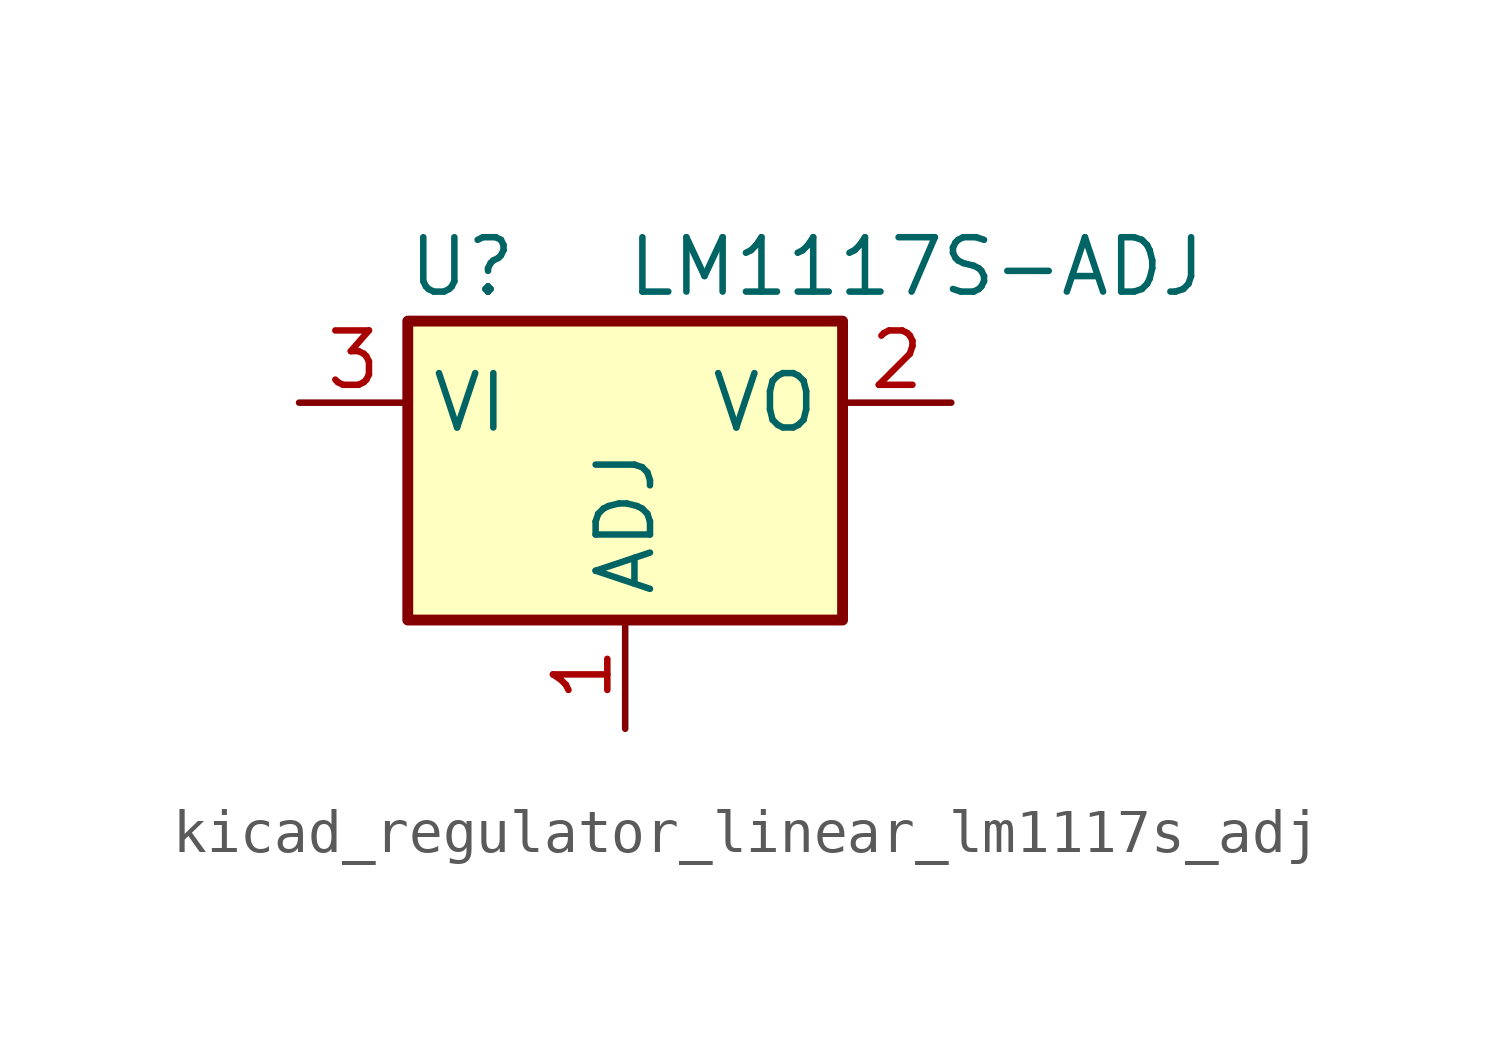
<source format=kicad_sym>
(kicad_symbol_lib
  (version 20220914)
  (generator kicad_symbol_editor)
  (symbol "kicad_regulator_linear_lm1117s_adj"
    (property "Reference" "U"
      (at -3.81 3.175 0)
      (effects (font (size 1.27 1.27))))
    (property "Value" "LM1117S-ADJ"
      (at 0 3.175 0)
      (effects (font (size 1.27 1.27)) (justify left)))
    (symbol "kicad_regulator_linear_lm1117s_adj_0_1"
      (rectangle (start -5.08 -5.08) (end 5.08 1.905) (stroke (width 0.254) (type default)) (fill (type background))))
    (symbol "kicad_regulator_linear_lm1117s_adj_1_1"
      (pin input line (at 0 -7.62 90) (length 2.54) (name "ADJ" (effects (font (size 1.27 1.27)))) (number "1" (effects (font (size 1.27 1.27)))))
      (pin power_out line (at 7.62 0 180) (length 2.54) (name "VO" (effects (font (size 1.27 1.27)))) (number "2" (effects (font (size 1.27 1.27)))))
      (pin power_in line (at -7.62 0 0) (length 2.54) (name "VI" (effects (font (size 1.27 1.27)))) (number "3" (effects (font (size 1.27 1.27))))))))
</source>
